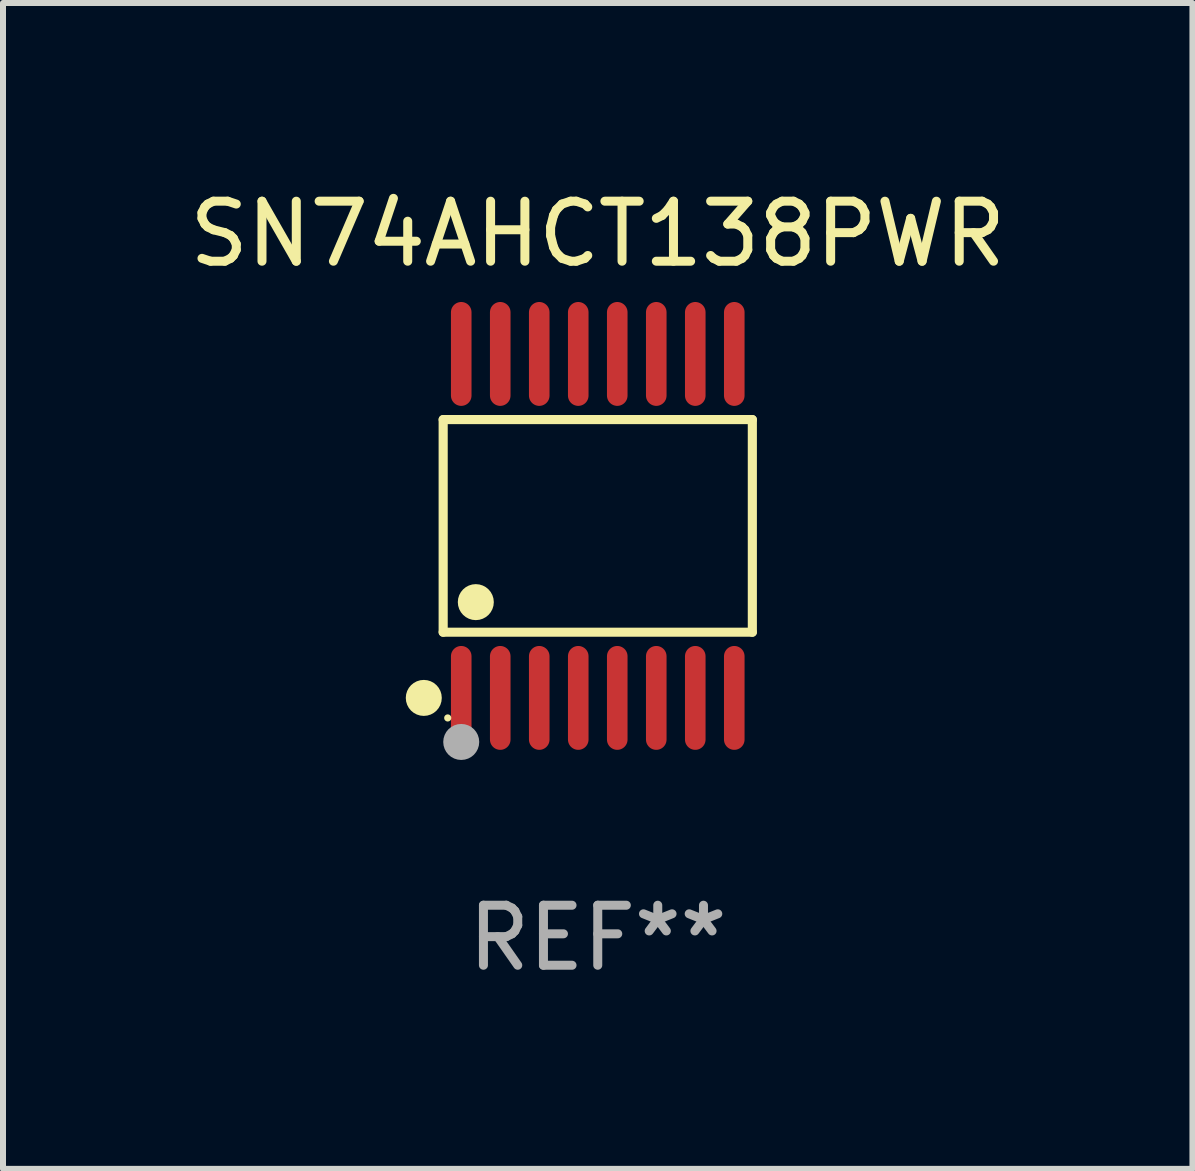
<source format=kicad_pcb>
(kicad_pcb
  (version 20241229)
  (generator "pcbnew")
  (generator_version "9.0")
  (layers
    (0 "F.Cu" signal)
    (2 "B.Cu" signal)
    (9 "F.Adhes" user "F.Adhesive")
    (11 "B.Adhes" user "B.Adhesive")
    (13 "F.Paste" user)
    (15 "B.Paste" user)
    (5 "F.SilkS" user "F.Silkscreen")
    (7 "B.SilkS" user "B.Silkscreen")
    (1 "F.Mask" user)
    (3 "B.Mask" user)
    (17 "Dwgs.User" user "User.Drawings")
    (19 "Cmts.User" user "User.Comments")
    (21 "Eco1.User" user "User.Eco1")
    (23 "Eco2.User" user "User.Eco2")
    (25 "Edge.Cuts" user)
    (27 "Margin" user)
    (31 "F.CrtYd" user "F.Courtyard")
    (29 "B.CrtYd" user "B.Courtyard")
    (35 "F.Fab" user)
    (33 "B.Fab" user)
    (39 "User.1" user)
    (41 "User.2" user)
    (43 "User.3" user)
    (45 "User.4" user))
  (footprint "SN74AHCT138PWR"
    (layer "F.Cu")
    (at 6.911 5.714)
    (property "Reference" "SN74AHCT138PWR" (at 0 -4.866 0) (layer "F.SilkS") (effects (font (size 1 1) (thickness 0.15))))
    (attr through_hole)
    (fp_line (start -2.576 -1.772) (end 2.576 -1.772) (stroke (width 0.152) (type solid)) (layer "F.SilkS"))
    (fp_line (start -2.576 1.771) (end -2.576 -1.772) (stroke (width 0.152) (type solid)) (layer "F.SilkS"))
    (fp_line (start 2.576 -1.772) (end 2.576 1.771) (stroke (width 0.152) (type solid)) (layer "F.SilkS"))
    (fp_line (start 2.576 1.771) (end -2.576 1.771) (stroke (width 0.152) (type solid)) (layer "F.SilkS"))
    (fp_circle (center -2.899 2.866) (end -2.749 2.866) (stroke (width 0.3) (type solid)) (fill no) (layer "F.SilkS"))
    (fp_circle (center -2.5 3.2) (end -2.47 3.2) (stroke (width 0.06) (type solid)) (fill no) (layer "F.SilkS"))
    (fp_circle (center -2.032 1.27) (end -1.882 1.27) (stroke (width 0.3) (type solid)) (fill no) (layer "F.SilkS"))
    (fp_circle (center -2.275 3.6) (end -2.125 3.6) (stroke (width 0.3) (type solid)) (fill no) (layer "F.Fab"))
    (fp_text user "REF**" (at 0 6.866 0) (layer "F.Fab") (effects (font (size 1 1) (thickness 0.15))))
    (pad "1" smd oval (at -2.275 2.866) (size 0.343 1.731) (layers "F.Cu" "F.Mask" "F.Paste"))
    (pad "2" smd oval (at -1.625 2.866) (size 0.343 1.731) (layers "F.Cu" "F.Mask" "F.Paste"))
    (pad "3" smd oval (at -0.975 2.866) (size 0.343 1.731) (layers "F.Cu" "F.Mask" "F.Paste"))
    (pad "4" smd oval (at -0.325 2.866) (size 0.343 1.731) (layers "F.Cu" "F.Mask" "F.Paste"))
    (pad "5" smd oval (at 0.325 2.866) (size 0.343 1.731) (layers "F.Cu" "F.Mask" "F.Paste"))
    (pad "6" smd oval (at 0.975 2.866) (size 0.343 1.731) (layers "F.Cu" "F.Mask" "F.Paste"))
    (pad "7" smd oval (at 1.625 2.866) (size 0.343 1.731) (layers "F.Cu" "F.Mask" "F.Paste"))
    (pad "8" smd oval (at 2.275 2.866) (size 0.343 1.731) (layers "F.Cu" "F.Mask" "F.Paste"))
    (pad "9" smd oval (at 2.275 -2.866) (size 0.343 1.731) (layers "F.Cu" "F.Mask" "F.Paste"))
    (pad "10" smd oval (at 1.625 -2.866) (size 0.343 1.731) (layers "F.Cu" "F.Mask" "F.Paste"))
    (pad "11" smd oval (at 0.975 -2.866) (size 0.343 1.731) (layers "F.Cu" "F.Mask" "F.Paste"))
    (pad "12" smd oval (at 0.325 -2.866) (size 0.343 1.731) (layers "F.Cu" "F.Mask" "F.Paste"))
    (pad "13" smd oval (at -0.325 -2.866) (size 0.343 1.731) (layers "F.Cu" "F.Mask" "F.Paste"))
    (pad "14" smd oval (at -0.975 -2.866) (size 0.343 1.731) (layers "F.Cu" "F.Mask" "F.Paste"))
    (pad "15" smd oval (at -1.625 -2.866) (size 0.343 1.731) (layers "F.Cu" "F.Mask" "F.Paste"))
    (pad "16" smd oval (at -2.275 -2.866) (size 0.343 1.731) (layers "F.Cu" "F.Mask" "F.Paste")))
  (gr_rect
    (start -3 -3)
    (end 16.821 16.428)
    (stroke (width 0.1) (type default))
    (fill no)
    (layer "Edge.Cuts")))
</source>
